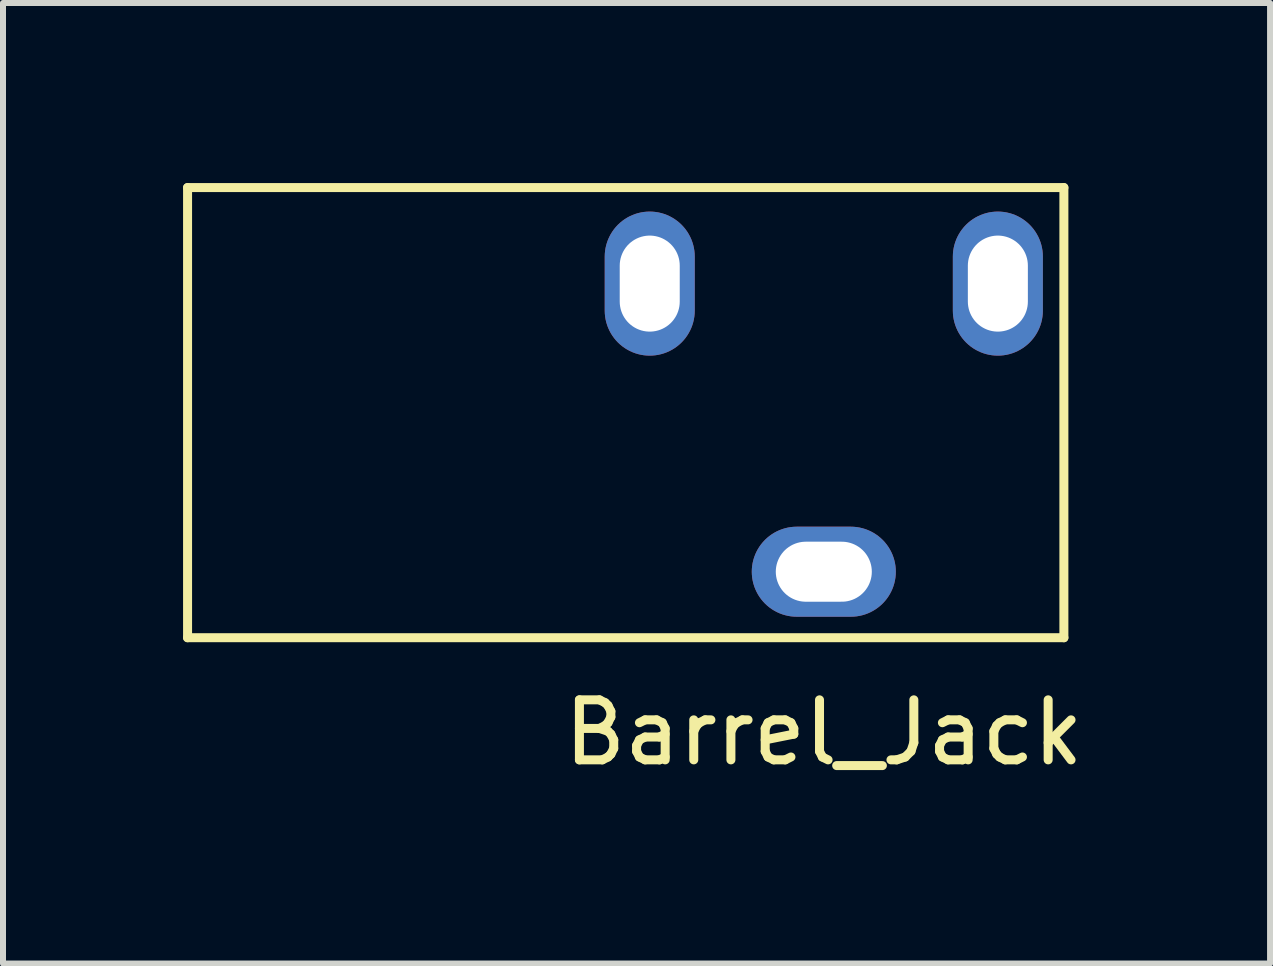
<source format=kicad_pcb>
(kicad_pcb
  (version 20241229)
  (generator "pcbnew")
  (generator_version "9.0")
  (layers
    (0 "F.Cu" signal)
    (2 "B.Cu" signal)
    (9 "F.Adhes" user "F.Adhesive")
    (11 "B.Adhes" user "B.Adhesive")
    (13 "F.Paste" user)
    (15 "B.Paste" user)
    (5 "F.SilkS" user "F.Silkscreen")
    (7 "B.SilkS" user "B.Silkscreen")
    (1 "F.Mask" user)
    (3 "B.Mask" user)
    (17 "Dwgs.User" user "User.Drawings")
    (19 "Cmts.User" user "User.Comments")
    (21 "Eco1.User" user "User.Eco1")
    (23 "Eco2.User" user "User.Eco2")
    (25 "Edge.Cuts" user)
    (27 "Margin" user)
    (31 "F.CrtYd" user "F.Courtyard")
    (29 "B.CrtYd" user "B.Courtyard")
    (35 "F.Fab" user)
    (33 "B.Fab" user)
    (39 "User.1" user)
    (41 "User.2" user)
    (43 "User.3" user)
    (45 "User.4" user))
  (footprint "Barrel_Jack"
    (layer "F.Cu")
    (at 10.675 4.075)
    (property "Reference" "Barrel_Jack" (at 0 5.08 0) (layer "F.SilkS") (effects (font (size 1 1) (thickness 0.15))))
    (attr through_hole)
    (fp_line (start -10.6 -4) (end 4 -4) (stroke (width 0.15) (type solid)) (layer "F.SilkS"))
    (fp_line (start -10.6 3.5) (end -10.6 -4) (stroke (width 0.15) (type solid)) (layer "F.SilkS"))
    (fp_line (start 4 -4) (end 4 3.5) (stroke (width 0.15) (type solid)) (layer "F.SilkS"))
    (fp_line (start 4 3.5) (end -10.6 3.5) (stroke (width 0.15) (type solid)) (layer "F.SilkS"))
    (pad "1" thru_hole oval (at 2.9 -2.4) (size 1.5 2.4) (drill oval 1 1.6) (layers "*.Cu" "*.Mask"))
    (pad "2" thru_hole oval (at -2.9 -2.4) (size 1.5 2.4) (drill oval 1 1.6) (layers "*.Cu" "*.Mask"))
    (pad "3" thru_hole oval (at 0 2.4) (size 2.4 1.5) (drill oval 1.6 1) (layers "*.Cu" "*.Mask")))
  (gr_rect
    (start -3 -3)
    (end 18.11 13.003)
    (stroke (width 0.1) (type default))
    (fill no)
    (layer "Edge.Cuts")))
</source>
